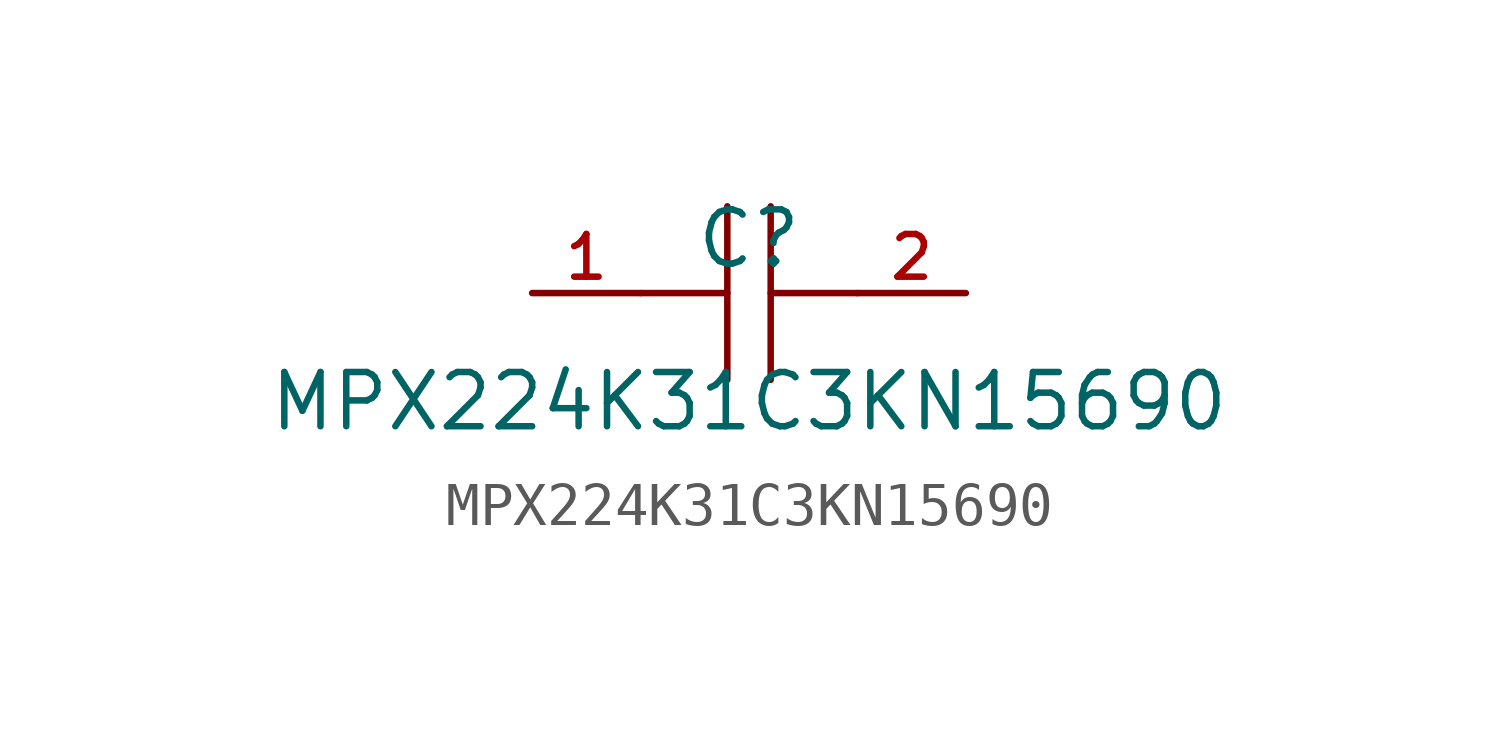
<source format=kicad_sym>
(kicad_symbol_lib
  (version 20210201)
  (generator TousstNicolas/JLC2KiCad_lib)
  (symbol "MPX224K31C3KN15690"
    (pin_names hide)
    (property "Reference" "C"
      (at 0 1.27 0)
      (effects (font (size 1.27 1.27))))
    (property "Value" "MPX224K31C3KN15690"
      (at 0 -2.54 0)
      (effects (font (size 1.27 1.27))))
    (symbol "MPX224K31C3KN15690_0_1"
      (polyline (pts (xy -0.508 -2.032) (xy -0.508 2.032)) (stroke (width 0) (type default) (color 0 0 0 0)) (fill (type none)))
      (pin unspecified line (at -5.08 -0.0 0) (length 2.54) (name "1" (effects (font (size 1 1)))) (number "1" (effects (font (size 1 1)))))
      (polyline (pts (xy 2.54 -0.0) (xy 0.508 -0.0)) (stroke (width 0) (type default) (color 0 0 0 0)) (fill (type none)))
      (polyline (pts (xy 0.508 2.032) (xy 0.508 -2.032)) (stroke (width 0) (type default) (color 0 0 0 0)) (fill (type none)))
      (pin unspecified line (at 5.08 -0.0 180) (length 2.54) (name "2" (effects (font (size 1 1)))) (number "2" (effects (font (size 1 1)))))
      (polyline (pts (xy -0.508 -0.0) (xy -2.54 -0.0)) (stroke (width 0) (type default) (color 0 0 0 0)) (fill (type none))))))
</source>
